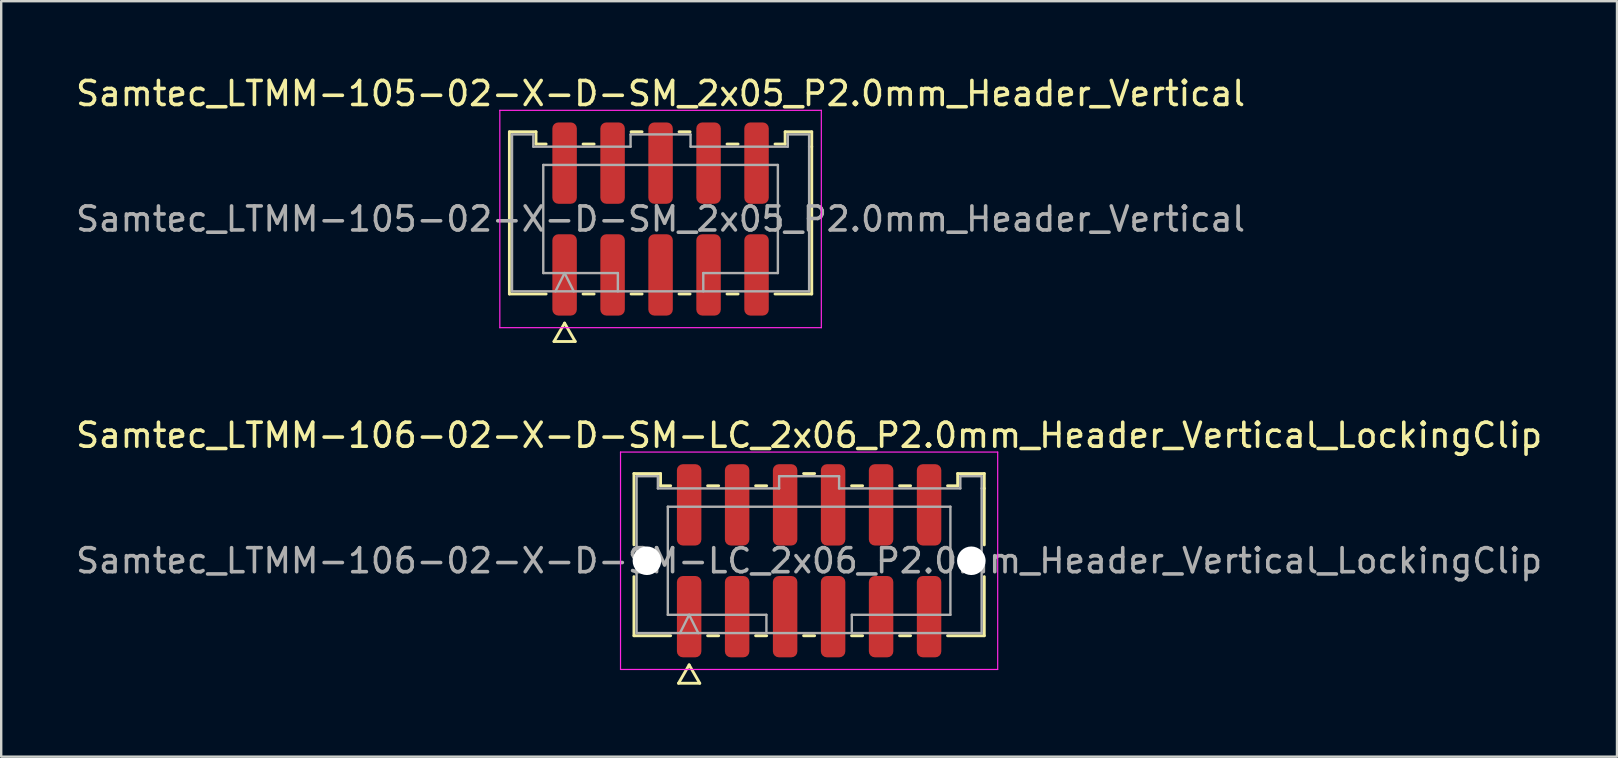
<source format=kicad_pcb>
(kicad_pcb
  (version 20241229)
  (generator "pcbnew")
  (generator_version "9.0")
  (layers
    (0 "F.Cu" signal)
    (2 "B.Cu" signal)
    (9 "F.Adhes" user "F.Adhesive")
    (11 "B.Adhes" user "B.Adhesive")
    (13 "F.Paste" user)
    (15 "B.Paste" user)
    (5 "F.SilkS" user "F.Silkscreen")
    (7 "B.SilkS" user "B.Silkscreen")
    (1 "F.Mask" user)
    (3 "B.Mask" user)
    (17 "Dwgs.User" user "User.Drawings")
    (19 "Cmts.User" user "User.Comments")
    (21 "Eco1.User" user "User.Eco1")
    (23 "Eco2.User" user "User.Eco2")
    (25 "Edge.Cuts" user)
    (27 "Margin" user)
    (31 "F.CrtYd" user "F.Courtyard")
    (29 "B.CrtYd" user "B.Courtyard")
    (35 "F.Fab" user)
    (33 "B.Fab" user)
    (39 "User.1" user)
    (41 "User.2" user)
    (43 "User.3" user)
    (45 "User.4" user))
  (footprint "Samtec_LTMM-106-02-X-D-SM-LC_2x06_P2.0mm_Header_Vertical_LockingClip"
    (layer "F.Cu")
    (at 30.673 20.322)
    (property "Reference" "Samtec_LTMM-106-02-X-D-SM-LC_2x06_P2.0mm_Header_Vertical_LockingClip" (at 0 -5.23 0) (layer "F.SilkS") (effects (font (size 1 1) (thickness 0.15))))
    (attr smd)
    (fp_line (start -7.301 -3.635) (end -6.192 -3.635) (stroke (width 0.12) (type solid)) (layer "F.SilkS"))
    (fp_line (start -7.301 -0.662) (end -7.301 -3.635) (stroke (width 0.12) (type solid)) (layer "F.SilkS"))
    (fp_line (start -7.301 3.125) (end -7.301 0.662) (stroke (width 0.12) (type solid)) (layer "F.SilkS"))
    (fp_line (start -6.192 -3.635) (end -6.192 -3.125) (stroke (width 0.12) (type solid)) (layer "F.SilkS"))
    (fp_line (start -6.192 -3.125) (end -5.77 -3.125) (stroke (width 0.12) (type solid)) (layer "F.SilkS"))
    (fp_line (start -5.77 3.125) (end -7.301 3.125) (stroke (width 0.12) (type solid)) (layer "F.SilkS"))
    (fp_line (start -5.442 5.105) (end -5 4.34) (stroke (width 0.12) (type solid)) (layer "F.SilkS"))
    (fp_line (start -5 4.34) (end -4.558 5.105) (stroke (width 0.12) (type solid)) (layer "F.SilkS"))
    (fp_line (start -4.558 5.105) (end -5.442 5.105) (stroke (width 0.12) (type solid)) (layer "F.SilkS"))
    (fp_line (start -4.23 -3.125) (end -3.77 -3.125) (stroke (width 0.12) (type solid)) (layer "F.SilkS"))
    (fp_line (start -3.77 3.125) (end -4.23 3.125) (stroke (width 0.12) (type solid)) (layer "F.SilkS"))
    (fp_line (start -2.23 -3.125) (end -1.77 -3.125) (stroke (width 0.12) (type solid)) (layer "F.SilkS"))
    (fp_line (start -1.77 3.125) (end -2.23 3.125) (stroke (width 0.12) (type solid)) (layer "F.SilkS"))
    (fp_line (start -0.23 -3.635) (end 0.23 -3.635) (stroke (width 0.12) (type solid)) (layer "F.SilkS"))
    (fp_line (start 0.23 3.125) (end -0.23 3.125) (stroke (width 0.12) (type solid)) (layer "F.SilkS"))
    (fp_line (start 1.77 -3.125) (end 2.23 -3.125) (stroke (width 0.12) (type solid)) (layer "F.SilkS"))
    (fp_line (start 2.23 3.125) (end 1.77 3.125) (stroke (width 0.12) (type solid)) (layer "F.SilkS"))
    (fp_line (start 3.77 -3.125) (end 4.23 -3.125) (stroke (width 0.12) (type solid)) (layer "F.SilkS"))
    (fp_line (start 4.23 3.125) (end 3.77 3.125) (stroke (width 0.12) (type solid)) (layer "F.SilkS"))
    (fp_line (start 5.77 -3.125) (end 6.192 -3.125) (stroke (width 0.12) (type solid)) (layer "F.SilkS"))
    (fp_line (start 6.192 -3.635) (end 7.301 -3.635) (stroke (width 0.12) (type solid)) (layer "F.SilkS"))
    (fp_line (start 6.192 -3.125) (end 6.192 -3.635) (stroke (width 0.12) (type solid)) (layer "F.SilkS"))
    (fp_line (start 7.301 -3.635) (end 7.301 -3.015) (stroke (width 0.12) (type solid)) (layer "F.SilkS"))
    (fp_line (start 7.301 -3.015) (end 7.301 -0.662) (stroke (width 0.12) (type solid)) (layer "F.SilkS"))
    (fp_line (start 7.301 0.662) (end 7.301 3.125) (stroke (width 0.12) (type solid)) (layer "F.SilkS"))
    (fp_line (start 7.301 3.125) (end 5.77 3.125) (stroke (width 0.12) (type solid)) (layer "F.SilkS"))
    (fp_line (start -7.86 -4.53) (end -7.86 4.53) (stroke (width 0.05) (type solid)) (layer "F.CrtYd"))
    (fp_line (start -7.86 4.53) (end 7.86 4.53) (stroke (width 0.05) (type solid)) (layer "F.CrtYd"))
    (fp_line (start 7.86 -4.53) (end -7.86 -4.53) (stroke (width 0.05) (type solid)) (layer "F.CrtYd"))
    (fp_line (start 7.86 4.53) (end 7.86 -4.53) (stroke (width 0.05) (type solid)) (layer "F.CrtYd"))
    (fp_line (start -7.191 -3.525) (end -6.303 -3.525) (stroke (width 0.1) (type solid)) (layer "F.Fab"))
    (fp_line (start -7.191 3.015) (end -7.191 -3.525) (stroke (width 0.1) (type solid)) (layer "F.Fab"))
    (fp_line (start -6.303 -3.525) (end -6.303 -3.015) (stroke (width 0.1) (type solid)) (layer "F.Fab"))
    (fp_line (start -6.303 -3.015) (end -1.25 -3.015) (stroke (width 0.1) (type solid)) (layer "F.Fab"))
    (fp_line (start -5.889 -2.253) (end 5.889 -2.253) (stroke (width 0.1) (type solid)) (layer "F.Fab"))
    (fp_line (start -5.889 2.253) (end -5.889 -2.253) (stroke (width 0.1) (type solid)) (layer "F.Fab"))
    (fp_line (start -5.381 3.015) (end -5 2.253) (stroke (width 0.1) (type solid)) (layer "F.Fab"))
    (fp_line (start -5 2.253) (end -4.619 3.015) (stroke (width 0.1) (type solid)) (layer "F.Fab"))
    (fp_line (start -1.78 2.253) (end -5.889 2.253) (stroke (width 0.1) (type solid)) (layer "F.Fab"))
    (fp_line (start -1.78 3.015) (end -1.78 2.253) (stroke (width 0.1) (type solid)) (layer "F.Fab"))
    (fp_line (start -1.25 -3.525) (end 1.25 -3.525) (stroke (width 0.1) (type solid)) (layer "F.Fab"))
    (fp_line (start -1.25 -3.015) (end -1.25 -3.525) (stroke (width 0.1) (type solid)) (layer "F.Fab"))
    (fp_line (start 1.25 -3.525) (end 1.25 -3.015) (stroke (width 0.1) (type solid)) (layer "F.Fab"))
    (fp_line (start 1.25 -3.015) (end 6.303 -3.015) (stroke (width 0.1) (type solid)) (layer "F.Fab"))
    (fp_line (start 1.78 2.253) (end 1.78 3.015) (stroke (width 0.1) (type solid)) (layer "F.Fab"))
    (fp_line (start 5.889 -2.253) (end 5.889 2.253) (stroke (width 0.1) (type solid)) (layer "F.Fab"))
    (fp_line (start 5.889 2.253) (end 1.78 2.253) (stroke (width 0.1) (type solid)) (layer "F.Fab"))
    (fp_line (start 6.303 -3.525) (end 7.191 -3.525) (stroke (width 0.1) (type solid)) (layer "F.Fab"))
    (fp_line (start 6.303 -3.015) (end 6.303 -3.525) (stroke (width 0.1) (type solid)) (layer "F.Fab"))
    (fp_line (start 7.191 -3.525) (end 7.191 -3.015) (stroke (width 0.1) (type solid)) (layer "F.Fab"))
    (fp_line (start 7.191 -3.015) (end 7.191 3.015) (stroke (width 0.1) (type solid)) (layer "F.Fab"))
    (fp_line (start 7.191 3.015) (end -7.191 3.015) (stroke (width 0.1) (type solid)) (layer "F.Fab"))
    (fp_text user "${REFERENCE}" (at 0 0 0) (layer "F.Fab") (effects (font (size 1 1) (thickness 0.15))))
    (pad "" np_thru_hole circle (at -6.76 0) (size 1.19 1.19) (drill 1.19) (layers "*.Cu" "*.Mask"))
    (pad "" np_thru_hole circle (at 6.76 0) (size 1.19 1.19) (drill 1.19) (layers "*.Cu" "*.Mask"))
    (pad "1" smd roundrect (at -5 2.33) (size 1.02 3.39) (layers "F.Cu" "F.Mask" "F.Paste") (roundrect_rratio 0.245))
    (pad "2" smd roundrect (at -5 -2.33) (size 1.02 3.39) (layers "F.Cu" "F.Mask" "F.Paste") (roundrect_rratio 0.245))
    (pad "3" smd roundrect (at -3 2.33) (size 1.02 3.39) (layers "F.Cu" "F.Mask" "F.Paste") (roundrect_rratio 0.245))
    (pad "4" smd roundrect (at -3 -2.33) (size 1.02 3.39) (layers "F.Cu" "F.Mask" "F.Paste") (roundrect_rratio 0.245))
    (pad "5" smd roundrect (at -1 2.33) (size 1.02 3.39) (layers "F.Cu" "F.Mask" "F.Paste") (roundrect_rratio 0.245))
    (pad "6" smd roundrect (at -1 -2.33) (size 1.02 3.39) (layers "F.Cu" "F.Mask" "F.Paste") (roundrect_rratio 0.245))
    (pad "7" smd roundrect (at 1 2.33) (size 1.02 3.39) (layers "F.Cu" "F.Mask" "F.Paste") (roundrect_rratio 0.245))
    (pad "8" smd roundrect (at 1 -2.33) (size 1.02 3.39) (layers "F.Cu" "F.Mask" "F.Paste") (roundrect_rratio 0.245))
    (pad "9" smd roundrect (at 3 2.33) (size 1.02 3.39) (layers "F.Cu" "F.Mask" "F.Paste") (roundrect_rratio 0.245))
    (pad "10" smd roundrect (at 3 -2.33) (size 1.02 3.39) (layers "F.Cu" "F.Mask" "F.Paste") (roundrect_rratio 0.245))
    (pad "11" smd roundrect (at 5 2.33) (size 1.02 3.39) (layers "F.Cu" "F.Mask" "F.Paste") (roundrect_rratio 0.245))
    (pad "12" smd roundrect (at 5 -2.33) (size 1.02 3.39) (layers "F.Cu" "F.Mask" "F.Paste") (roundrect_rratio 0.245)))
  (footprint "Samtec_LTMM-105-02-X-D-SM_2x05_P2.0mm_Header_Vertical"
    (layer "F.Cu")
    (at 24.482 6.078)
    (property "Reference" "Samtec_LTMM-105-02-X-D-SM_2x05_P2.0mm_Header_Vertical" (at 0 -5.23 0) (layer "F.SilkS") (effects (font (size 1 1) (thickness 0.15))))
    (attr smd)
    (fp_line (start -6.301 -3.635) (end -5.192 -3.635) (stroke (width 0.12) (type solid)) (layer "F.SilkS"))
    (fp_line (start -6.301 3.125) (end -6.301 -3.635) (stroke (width 0.12) (type solid)) (layer "F.SilkS"))
    (fp_line (start -5.192 -3.635) (end -5.192 -3.125) (stroke (width 0.12) (type solid)) (layer "F.SilkS"))
    (fp_line (start -5.192 -3.125) (end -4.77 -3.125) (stroke (width 0.12) (type solid)) (layer "F.SilkS"))
    (fp_line (start -4.77 3.125) (end -6.301 3.125) (stroke (width 0.12) (type solid)) (layer "F.SilkS"))
    (fp_line (start -4.442 5.105) (end -4 4.34) (stroke (width 0.12) (type solid)) (layer "F.SilkS"))
    (fp_line (start -4 4.34) (end -3.558 5.105) (stroke (width 0.12) (type solid)) (layer "F.SilkS"))
    (fp_line (start -3.558 5.105) (end -4.442 5.105) (stroke (width 0.12) (type solid)) (layer "F.SilkS"))
    (fp_line (start -3.23 -3.125) (end -2.77 -3.125) (stroke (width 0.12) (type solid)) (layer "F.SilkS"))
    (fp_line (start -2.77 3.125) (end -3.23 3.125) (stroke (width 0.12) (type solid)) (layer "F.SilkS"))
    (fp_line (start -1.23 -3.635) (end -0.77 -3.635) (stroke (width 0.12) (type solid)) (layer "F.SilkS"))
    (fp_line (start -0.77 3.125) (end -1.23 3.125) (stroke (width 0.12) (type solid)) (layer "F.SilkS"))
    (fp_line (start 0.77 -3.635) (end 1.23 -3.635) (stroke (width 0.12) (type solid)) (layer "F.SilkS"))
    (fp_line (start 1.23 3.125) (end 0.77 3.125) (stroke (width 0.12) (type solid)) (layer "F.SilkS"))
    (fp_line (start 2.77 -3.125) (end 3.23 -3.125) (stroke (width 0.12) (type solid)) (layer "F.SilkS"))
    (fp_line (start 3.23 3.125) (end 2.77 3.125) (stroke (width 0.12) (type solid)) (layer "F.SilkS"))
    (fp_line (start 4.77 -3.125) (end 5.192 -3.125) (stroke (width 0.12) (type solid)) (layer "F.SilkS"))
    (fp_line (start 5.192 -3.635) (end 6.301 -3.635) (stroke (width 0.12) (type solid)) (layer "F.SilkS"))
    (fp_line (start 5.192 -3.125) (end 5.192 -3.635) (stroke (width 0.12) (type solid)) (layer "F.SilkS"))
    (fp_line (start 6.301 -3.635) (end 6.301 -3.015) (stroke (width 0.12) (type solid)) (layer "F.SilkS"))
    (fp_line (start 6.301 -3.015) (end 6.301 3.125) (stroke (width 0.12) (type solid)) (layer "F.SilkS"))
    (fp_line (start 6.301 3.125) (end 4.77 3.125) (stroke (width 0.12) (type solid)) (layer "F.SilkS"))
    (fp_line (start -6.7 -4.53) (end -6.7 4.53) (stroke (width 0.05) (type solid)) (layer "F.CrtYd"))
    (fp_line (start -6.7 4.53) (end 6.7 4.53) (stroke (width 0.05) (type solid)) (layer "F.CrtYd"))
    (fp_line (start 6.7 -4.53) (end -6.7 -4.53) (stroke (width 0.05) (type solid)) (layer "F.CrtYd"))
    (fp_line (start 6.7 4.53) (end 6.7 -4.53) (stroke (width 0.05) (type solid)) (layer "F.CrtYd"))
    (fp_line (start -6.191 -3.525) (end -5.303 -3.525) (stroke (width 0.1) (type solid)) (layer "F.Fab"))
    (fp_line (start -6.191 3.015) (end -6.191 -3.525) (stroke (width 0.1) (type solid)) (layer "F.Fab"))
    (fp_line (start -5.303 -3.525) (end -5.303 -3.015) (stroke (width 0.1) (type solid)) (layer "F.Fab"))
    (fp_line (start -5.303 -3.015) (end -1.25 -3.015) (stroke (width 0.1) (type solid)) (layer "F.Fab"))
    (fp_line (start -4.889 -2.253) (end 4.889 -2.253) (stroke (width 0.1) (type solid)) (layer "F.Fab"))
    (fp_line (start -4.889 2.253) (end -4.889 -2.253) (stroke (width 0.1) (type solid)) (layer "F.Fab"))
    (fp_line (start -4.381 3.015) (end -4 2.253) (stroke (width 0.1) (type solid)) (layer "F.Fab"))
    (fp_line (start -4 2.253) (end -3.619 3.015) (stroke (width 0.1) (type solid)) (layer "F.Fab"))
    (fp_line (start -1.78 2.253) (end -4.889 2.253) (stroke (width 0.1) (type solid)) (layer "F.Fab"))
    (fp_line (start -1.78 3.015) (end -1.78 2.253) (stroke (width 0.1) (type solid)) (layer "F.Fab"))
    (fp_line (start -1.25 -3.525) (end 1.25 -3.525) (stroke (width 0.1) (type solid)) (layer "F.Fab"))
    (fp_line (start -1.25 -3.015) (end -1.25 -3.525) (stroke (width 0.1) (type solid)) (layer "F.Fab"))
    (fp_line (start 1.25 -3.525) (end 1.25 -3.015) (stroke (width 0.1) (type solid)) (layer "F.Fab"))
    (fp_line (start 1.25 -3.015) (end 5.303 -3.015) (stroke (width 0.1) (type solid)) (layer "F.Fab"))
    (fp_line (start 1.78 2.253) (end 1.78 3.015) (stroke (width 0.1) (type solid)) (layer "F.Fab"))
    (fp_line (start 4.889 -2.253) (end 4.889 2.253) (stroke (width 0.1) (type solid)) (layer "F.Fab"))
    (fp_line (start 4.889 2.253) (end 1.78 2.253) (stroke (width 0.1) (type solid)) (layer "F.Fab"))
    (fp_line (start 5.303 -3.525) (end 6.191 -3.525) (stroke (width 0.1) (type solid)) (layer "F.Fab"))
    (fp_line (start 5.303 -3.015) (end 5.303 -3.525) (stroke (width 0.1) (type solid)) (layer "F.Fab"))
    (fp_line (start 6.191 -3.525) (end 6.191 -3.015) (stroke (width 0.1) (type solid)) (layer "F.Fab"))
    (fp_line (start 6.191 -3.015) (end 6.191 3.015) (stroke (width 0.1) (type solid)) (layer "F.Fab"))
    (fp_line (start 6.191 3.015) (end -6.191 3.015) (stroke (width 0.1) (type solid)) (layer "F.Fab"))
    (fp_text user "${REFERENCE}" (at 0 0 0) (layer "F.Fab") (effects (font (size 1 1) (thickness 0.15))))
    (pad "1" smd roundrect (at -4 2.33) (size 1.02 3.39) (layers "F.Cu" "F.Mask" "F.Paste") (roundrect_rratio 0.245))
    (pad "2" smd roundrect (at -4 -2.33) (size 1.02 3.39) (layers "F.Cu" "F.Mask" "F.Paste") (roundrect_rratio 0.245))
    (pad "3" smd roundrect (at -2 2.33) (size 1.02 3.39) (layers "F.Cu" "F.Mask" "F.Paste") (roundrect_rratio 0.245))
    (pad "4" smd roundrect (at -2 -2.33) (size 1.02 3.39) (layers "F.Cu" "F.Mask" "F.Paste") (roundrect_rratio 0.245))
    (pad "5" smd roundrect (at 0 2.33) (size 1.02 3.39) (layers "F.Cu" "F.Mask" "F.Paste") (roundrect_rratio 0.245))
    (pad "6" smd roundrect (at 0 -2.33) (size 1.02 3.39) (layers "F.Cu" "F.Mask" "F.Paste") (roundrect_rratio 0.245))
    (pad "7" smd roundrect (at 2 2.33) (size 1.02 3.39) (layers "F.Cu" "F.Mask" "F.Paste") (roundrect_rratio 0.245))
    (pad "8" smd roundrect (at 2 -2.33) (size 1.02 3.39) (layers "F.Cu" "F.Mask" "F.Paste") (roundrect_rratio 0.245))
    (pad "9" smd roundrect (at 4 2.33) (size 1.02 3.39) (layers "F.Cu" "F.Mask" "F.Paste") (roundrect_rratio 0.245))
    (pad "10" smd roundrect (at 4 -2.33) (size 1.02 3.39) (layers "F.Cu" "F.Mask" "F.Paste") (roundrect_rratio 0.245)))
  (gr_rect
    (start -3 -3)
    (end 64.345 28.486)
    (stroke (width 0.1) (type default))
    (fill no)
    (layer "Edge.Cuts")))
</source>
